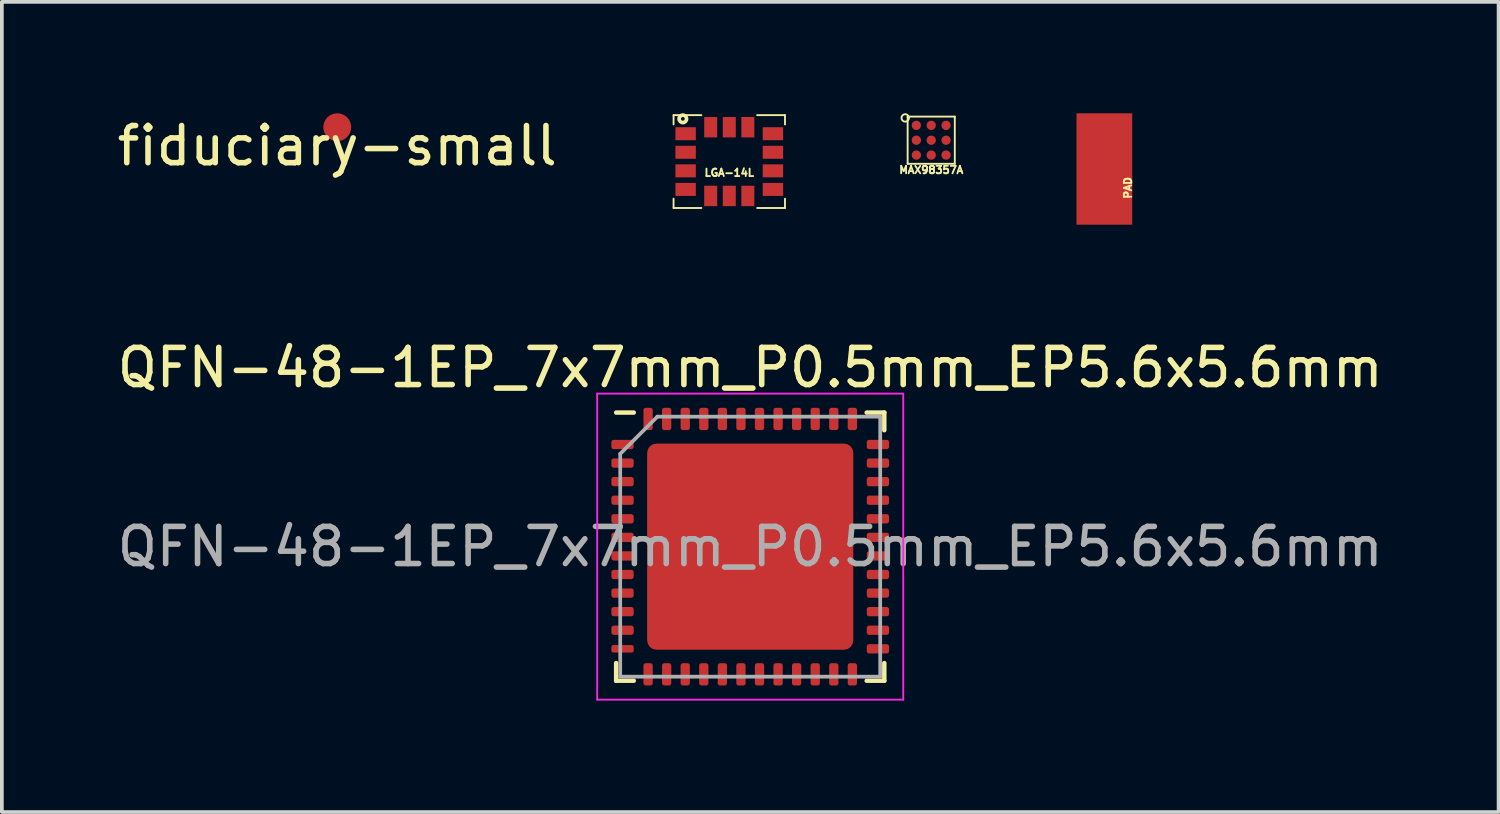
<source format=kicad_pcb>
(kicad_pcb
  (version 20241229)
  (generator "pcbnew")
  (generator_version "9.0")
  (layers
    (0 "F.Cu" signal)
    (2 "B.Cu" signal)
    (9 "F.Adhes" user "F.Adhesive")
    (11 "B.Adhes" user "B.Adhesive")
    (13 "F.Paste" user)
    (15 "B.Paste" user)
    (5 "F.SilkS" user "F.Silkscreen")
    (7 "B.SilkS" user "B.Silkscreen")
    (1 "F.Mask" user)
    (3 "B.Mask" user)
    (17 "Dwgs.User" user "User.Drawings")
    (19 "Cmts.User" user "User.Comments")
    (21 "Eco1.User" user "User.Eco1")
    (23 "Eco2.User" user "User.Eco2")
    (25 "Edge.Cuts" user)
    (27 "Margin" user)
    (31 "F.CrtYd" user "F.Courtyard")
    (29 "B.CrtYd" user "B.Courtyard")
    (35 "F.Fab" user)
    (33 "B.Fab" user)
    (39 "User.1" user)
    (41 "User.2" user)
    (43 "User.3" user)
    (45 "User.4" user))
  (footprint "PAD"
    (layer "F.Cu")
    (at 26.684 1.5)
    (property "Reference" "PAD" (at 0.635 0.508 90) (layer "F.SilkS") (effects (font (size 0.2 0.2) (thickness 0.05))))
    (attr through_hole)
    (pad "1" connect rect (at 0 0) (size 1.5 3) (layers "F.Cu" "F.Mask")))
  (footprint "QFN-48-1EP_7x7mm_P0.5mm_EP5.6x5.6mm"
    (layer "F.Cu")
    (at 17.149 11.668)
    (property "Reference" "QFN-48-1EP_7x7mm_P0.5mm_EP5.6x5.6mm" (at 0 -4.82 0) (layer "F.SilkS") (effects (font (size 1 1) (thickness 0.15))))
    (attr smd)
    (fp_line (start -3.61 3.61) (end -3.61 3.135) (stroke (width 0.12) (type solid)) (layer "F.SilkS"))
    (fp_line (start -3.135 -3.61) (end -3.61 -3.61) (stroke (width 0.12) (type solid)) (layer "F.SilkS"))
    (fp_line (start -3.135 3.61) (end -3.61 3.61) (stroke (width 0.12) (type solid)) (layer "F.SilkS"))
    (fp_line (start 3.135 -3.61) (end 3.61 -3.61) (stroke (width 0.12) (type solid)) (layer "F.SilkS"))
    (fp_line (start 3.135 3.61) (end 3.61 3.61) (stroke (width 0.12) (type solid)) (layer "F.SilkS"))
    (fp_line (start 3.61 -3.61) (end 3.61 -3.135) (stroke (width 0.12) (type solid)) (layer "F.SilkS"))
    (fp_line (start 3.61 3.61) (end 3.61 3.135) (stroke (width 0.12) (type solid)) (layer "F.SilkS"))
    (fp_line (start -4.12 -4.12) (end -4.12 4.12) (stroke (width 0.05) (type solid)) (layer "F.CrtYd"))
    (fp_line (start -4.12 4.12) (end 4.12 4.12) (stroke (width 0.05) (type solid)) (layer "F.CrtYd"))
    (fp_line (start 4.12 -4.12) (end -4.12 -4.12) (stroke (width 0.05) (type solid)) (layer "F.CrtYd"))
    (fp_line (start 4.12 4.12) (end 4.12 -4.12) (stroke (width 0.05) (type solid)) (layer "F.CrtYd"))
    (fp_line (start -3.5 -2.5) (end -2.5 -3.5) (stroke (width 0.1) (type solid)) (layer "F.Fab"))
    (fp_line (start -3.5 3.5) (end -3.5 -2.5) (stroke (width 0.1) (type solid)) (layer "F.Fab"))
    (fp_line (start -2.5 -3.5) (end 3.5 -3.5) (stroke (width 0.1) (type solid)) (layer "F.Fab"))
    (fp_line (start 3.5 -3.5) (end 3.5 3.5) (stroke (width 0.1) (type solid)) (layer "F.Fab"))
    (fp_line (start 3.5 3.5) (end -3.5 3.5) (stroke (width 0.1) (type solid)) (layer "F.Fab"))
    (fp_text user "${REFERENCE}" (at 0 0 0) (layer "F.Fab") (effects (font (size 1 1) (thickness 0.15))))
    (pad "" smd roundrect (at -2.1 -2.1) (size 1.13 1.13) (layers "F.Paste") (roundrect_rratio 0.221))
    (pad "" smd roundrect (at -2.1 -0.7) (size 1.13 1.13) (layers "F.Paste") (roundrect_rratio 0.221))
    (pad "" smd roundrect (at -2.1 0.7) (size 1.13 1.13) (layers "F.Paste") (roundrect_rratio 0.221))
    (pad "" smd roundrect (at -2.1 2.1) (size 1.13 1.13) (layers "F.Paste") (roundrect_rratio 0.221))
    (pad "" smd roundrect (at -0.7 -2.1) (size 1.13 1.13) (layers "F.Paste") (roundrect_rratio 0.221))
    (pad "" smd roundrect (at -0.7 -0.7) (size 1.13 1.13) (layers "F.Paste") (roundrect_rratio 0.221))
    (pad "" smd roundrect (at -0.7 0.7) (size 1.13 1.13) (layers "F.Paste") (roundrect_rratio 0.221))
    (pad "" smd roundrect (at -0.7 2.1) (size 1.13 1.13) (layers "F.Paste") (roundrect_rratio 0.221))
    (pad "" smd roundrect (at 0.7 -2.1) (size 1.13 1.13) (layers "F.Paste") (roundrect_rratio 0.221))
    (pad "" smd roundrect (at 0.7 -0.7) (size 1.13 1.13) (layers "F.Paste") (roundrect_rratio 0.221))
    (pad "" smd roundrect (at 0.7 0.7) (size 1.13 1.13) (layers "F.Paste") (roundrect_rratio 0.221))
    (pad "" smd roundrect (at 0.7 2.1) (size 1.13 1.13) (layers "F.Paste") (roundrect_rratio 0.221))
    (pad "" smd roundrect (at 2.1 -2.1) (size 1.13 1.13) (layers "F.Paste") (roundrect_rratio 0.221))
    (pad "" smd roundrect (at 2.1 -0.7) (size 1.13 1.13) (layers "F.Paste") (roundrect_rratio 0.221))
    (pad "" smd roundrect (at 2.1 0.7) (size 1.13 1.13) (layers "F.Paste") (roundrect_rratio 0.221))
    (pad "" smd roundrect (at 2.1 2.1) (size 1.13 1.13) (layers "F.Paste") (roundrect_rratio 0.221))
    (pad "1" smd roundrect (at -3.438 -2.75) (size 0.6 0.25) (layers "F.Cu" "F.Mask" "F.Paste") (roundrect_rratio 0.25))
    (pad "2" smd roundrect (at -3.438 -2.25) (size 0.6 0.25) (layers "F.Cu" "F.Mask" "F.Paste") (roundrect_rratio 0.25))
    (pad "3" smd roundrect (at -3.438 -1.75) (size 0.6 0.25) (layers "F.Cu" "F.Mask" "F.Paste") (roundrect_rratio 0.25))
    (pad "4" smd roundrect (at -3.438 -1.25) (size 0.6 0.25) (layers "F.Cu" "F.Mask" "F.Paste") (roundrect_rratio 0.25))
    (pad "5" smd roundrect (at -3.438 -0.75) (size 0.6 0.25) (layers "F.Cu" "F.Mask" "F.Paste") (roundrect_rratio 0.25))
    (pad "6" smd roundrect (at -3.438 -0.25) (size 0.6 0.25) (layers "F.Cu" "F.Mask" "F.Paste") (roundrect_rratio 0.25))
    (pad "7" smd roundrect (at -3.438 0.25) (size 0.6 0.25) (layers "F.Cu" "F.Mask" "F.Paste") (roundrect_rratio 0.25))
    (pad "8" smd roundrect (at -3.438 0.75) (size 0.6 0.25) (layers "F.Cu" "F.Mask" "F.Paste") (roundrect_rratio 0.25))
    (pad "9" smd roundrect (at -3.438 1.25) (size 0.6 0.25) (layers "F.Cu" "F.Mask" "F.Paste") (roundrect_rratio 0.25))
    (pad "10" smd roundrect (at -3.438 1.75) (size 0.6 0.25) (layers "F.Cu" "F.Mask" "F.Paste") (roundrect_rratio 0.25))
    (pad "11" smd roundrect (at -3.438 2.25) (size 0.6 0.25) (layers "F.Cu" "F.Mask" "F.Paste") (roundrect_rratio 0.25))
    (pad "12" smd roundrect (at -3.438 2.75) (size 0.6 0.2) (layers "F.Cu" "F.Mask" "F.Paste") (roundrect_rratio 0.25))
    (pad "13" smd roundrect (at -2.75 3.438) (size 0.25 0.6) (layers "F.Cu" "F.Mask" "F.Paste") (roundrect_rratio 0.25))
    (pad "14" smd roundrect (at -2.25 3.438) (size 0.25 0.6) (layers "F.Cu" "F.Mask" "F.Paste") (roundrect_rratio 0.25))
    (pad "15" smd roundrect (at -1.75 3.438) (size 0.25 0.6) (layers "F.Cu" "F.Mask" "F.Paste") (roundrect_rratio 0.25))
    (pad "16" smd roundrect (at -1.25 3.438) (size 0.25 0.6) (layers "F.Cu" "F.Mask" "F.Paste") (roundrect_rratio 0.25))
    (pad "17" smd roundrect (at -0.75 3.438) (size 0.25 0.6) (layers "F.Cu" "F.Mask" "F.Paste") (roundrect_rratio 0.25))
    (pad "18" smd roundrect (at -0.25 3.438) (size 0.25 0.6) (layers "F.Cu" "F.Mask" "F.Paste") (roundrect_rratio 0.25))
    (pad "19" smd roundrect (at 0.25 3.438) (size 0.25 0.6) (layers "F.Cu" "F.Mask" "F.Paste") (roundrect_rratio 0.25))
    (pad "20" smd roundrect (at 0.75 3.438) (size 0.25 0.6) (layers "F.Cu" "F.Mask" "F.Paste") (roundrect_rratio 0.25))
    (pad "21" smd roundrect (at 1.25 3.438) (size 0.25 0.6) (layers "F.Cu" "F.Mask" "F.Paste") (roundrect_rratio 0.25))
    (pad "22" smd roundrect (at 1.75 3.438) (size 0.25 0.6) (layers "F.Cu" "F.Mask" "F.Paste") (roundrect_rratio 0.25))
    (pad "23" smd roundrect (at 2.25 3.438) (size 0.25 0.6) (layers "F.Cu" "F.Mask" "F.Paste") (roundrect_rratio 0.25))
    (pad "24" smd roundrect (at 2.75 3.438) (size 0.25 0.6) (layers "F.Cu" "F.Mask" "F.Paste") (roundrect_rratio 0.25))
    (pad "25" smd roundrect (at 3.438 2.75) (size 0.6 0.25) (layers "F.Cu" "F.Mask" "F.Paste") (roundrect_rratio 0.25))
    (pad "26" smd roundrect (at 3.438 2.25) (size 0.6 0.25) (layers "F.Cu" "F.Mask" "F.Paste") (roundrect_rratio 0.25))
    (pad "27" smd roundrect (at 3.438 1.75) (size 0.6 0.25) (layers "F.Cu" "F.Mask" "F.Paste") (roundrect_rratio 0.25))
    (pad "28" smd roundrect (at 3.438 1.25) (size 0.6 0.25) (layers "F.Cu" "F.Mask" "F.Paste") (roundrect_rratio 0.25))
    (pad "29" smd roundrect (at 3.438 0.75) (size 0.6 0.25) (layers "F.Cu" "F.Mask" "F.Paste") (roundrect_rratio 0.25))
    (pad "30" smd roundrect (at 3.438 0.25) (size 0.6 0.25) (layers "F.Cu" "F.Mask" "F.Paste") (roundrect_rratio 0.25))
    (pad "31" smd roundrect (at 3.438 -0.25) (size 0.6 0.25) (layers "F.Cu" "F.Mask" "F.Paste") (roundrect_rratio 0.25))
    (pad "32" smd roundrect (at 3.438 -0.75) (size 0.6 0.25) (layers "F.Cu" "F.Mask" "F.Paste") (roundrect_rratio 0.25))
    (pad "33" smd roundrect (at 3.438 -1.25) (size 0.6 0.25) (layers "F.Cu" "F.Mask" "F.Paste") (roundrect_rratio 0.25))
    (pad "34" smd roundrect (at 3.438 -1.75) (size 0.6 0.25) (layers "F.Cu" "F.Mask" "F.Paste") (roundrect_rratio 0.25))
    (pad "35" smd roundrect (at 3.438 -2.25) (size 0.6 0.25) (layers "F.Cu" "F.Mask" "F.Paste") (roundrect_rratio 0.25))
    (pad "36" smd roundrect (at 3.438 -2.75) (size 0.6 0.25) (layers "F.Cu" "F.Mask" "F.Paste") (roundrect_rratio 0.25))
    (pad "37" smd roundrect (at 2.75 -3.438) (size 0.25 0.6) (layers "F.Cu" "F.Mask" "F.Paste") (roundrect_rratio 0.25))
    (pad "38" smd roundrect (at 2.25 -3.438) (size 0.25 0.6) (layers "F.Cu" "F.Mask" "F.Paste") (roundrect_rratio 0.25))
    (pad "39" smd roundrect (at 1.75 -3.438) (size 0.25 0.6) (layers "F.Cu" "F.Mask" "F.Paste") (roundrect_rratio 0.25))
    (pad "40" smd roundrect (at 1.25 -3.438) (size 0.25 0.6) (layers "F.Cu" "F.Mask" "F.Paste") (roundrect_rratio 0.25))
    (pad "41" smd roundrect (at 0.75 -3.438) (size 0.25 0.6) (layers "F.Cu" "F.Mask" "F.Paste") (roundrect_rratio 0.25))
    (pad "42" smd roundrect (at 0.25 -3.438) (size 0.25 0.6) (layers "F.Cu" "F.Mask" "F.Paste") (roundrect_rratio 0.25))
    (pad "43" smd roundrect (at -0.25 -3.438) (size 0.25 0.6) (layers "F.Cu" "F.Mask" "F.Paste") (roundrect_rratio 0.25))
    (pad "44" smd roundrect (at -0.75 -3.438) (size 0.25 0.6) (layers "F.Cu" "F.Mask" "F.Paste") (roundrect_rratio 0.25))
    (pad "45" smd roundrect (at -1.25 -3.438) (size 0.25 0.6) (layers "F.Cu" "F.Mask" "F.Paste") (roundrect_rratio 0.25))
    (pad "46" smd roundrect (at -1.75 -3.438) (size 0.25 0.6) (layers "F.Cu" "F.Mask" "F.Paste") (roundrect_rratio 0.25))
    (pad "47" smd roundrect (at -2.25 -3.438) (size 0.25 0.6) (layers "F.Cu" "F.Mask" "F.Paste") (roundrect_rratio 0.25))
    (pad "48" smd roundrect (at -2.75 -3.438) (size 0.25 0.6) (layers "F.Cu" "F.Mask" "F.Paste") (roundrect_rratio 0.25))
    (pad "49" smd roundrect (at 0 0) (size 5.55 5.55) (layers "F.Cu" "F.Mask") (roundrect_rratio 0.045)))
  (footprint "fiduciary-small"
    (layer "F.Cu")
    (at 6.03 0.375)
    (property "Reference" "fiduciary-small" (at 0 0.5 0) (layer "F.SilkS") (effects (font (size 1 1) (thickness 0.15))))
    (attr through_hole)
    (pad "~" smd circle (at 0 0) (size 0.75 0.75) (layers "F.Cu" "F.Mask")))
  (footprint "MAX98357A"
    (layer "F.Cu")
    (at 22.022 0.725)
    (property "Reference" "MAX98357A" (at 0 0.8 0) (layer "F.SilkS") (effects (font (size 0.2 0.2) (thickness 0.05))))
    (attr smd)
    (fp_line (start -0.635 -0.635) (end 0.635 -0.635) (stroke (width 0.05) (type solid)) (layer "F.SilkS"))
    (fp_line (start -0.635 0.635) (end -0.635 -0.635) (stroke (width 0.05) (type solid)) (layer "F.SilkS"))
    (fp_line (start 0.635 -0.635) (end 0.635 0.635) (stroke (width 0.05) (type solid)) (layer "F.SilkS"))
    (fp_line (start 0.635 0.635) (end -0.635 0.635) (stroke (width 0.05) (type solid)) (layer "F.SilkS"))
    (fp_circle (center -0.7 -0.6) (end -0.8 -0.6) (stroke (width 0.05) (type solid)) (fill no) (layer "F.SilkS"))
    (pad "A1" smd circle (at -0.4 -0.4) (size 0.25 0.25) (layers "F.Cu" "F.Mask" "F.Paste"))
    (pad "A2" smd circle (at 0 -0.4) (size 0.25 0.25) (layers "F.Cu" "F.Mask" "F.Paste"))
    (pad "A3" smd circle (at 0.4 -0.4) (size 0.25 0.25) (layers "F.Cu" "F.Mask" "F.Paste"))
    (pad "B1" smd circle (at -0.4 0) (size 0.25 0.25) (layers "F.Cu" "F.Mask" "F.Paste"))
    (pad "B2" smd circle (at 0 0) (size 0.25 0.25) (layers "F.Cu" "F.Mask" "F.Paste"))
    (pad "B3" smd circle (at 0.4 0) (size 0.25 0.25) (layers "F.Cu" "F.Mask" "F.Paste"))
    (pad "C1" smd circle (at -0.4 0.4) (size 0.25 0.25) (layers "F.Cu" "F.Mask" "F.Paste"))
    (pad "C2" smd circle (at 0 0.4) (size 0.25 0.25) (layers "F.Cu" "F.Mask" "F.Paste"))
    (pad "C3" smd circle (at 0.4 0.4) (size 0.25 0.25) (layers "F.Cu" "F.Mask" "F.Paste")))
  (footprint "LGA-14L"
    (layer "F.Cu")
    (at 16.585 1.3)
    (property "Reference" "LGA-14L" (at 0 0.3 0) (layer "F.SilkS") (effects (font (size 0.2 0.2) (thickness 0.05))))
    (attr smd)
    (fp_line (start -1.5 -1.25) (end -0.75 -1.25) (stroke (width 0.05) (type solid)) (layer "F.SilkS"))
    (fp_line (start -1.5 -1) (end -1.5 -1.25) (stroke (width 0.05) (type solid)) (layer "F.SilkS"))
    (fp_line (start -1.5 1.25) (end -1.5 1) (stroke (width 0.05) (type solid)) (layer "F.SilkS"))
    (fp_line (start -0.75 1.25) (end -1.5 1.25) (stroke (width 0.05) (type solid)) (layer "F.SilkS"))
    (fp_line (start 0.75 -1.25) (end 1.5 -1.25) (stroke (width 0.05) (type solid)) (layer "F.SilkS"))
    (fp_line (start 0.75 1.25) (end 1.5 1.25) (stroke (width 0.05) (type solid)) (layer "F.SilkS"))
    (fp_line (start 1.5 -1.25) (end 1.5 -1) (stroke (width 0.05) (type solid)) (layer "F.SilkS"))
    (fp_line (start 1.5 1.25) (end 1.5 1) (stroke (width 0.05) (type solid)) (layer "F.SilkS"))
    (fp_circle (center -1.25 -1.15) (end -1.15 -1.15) (stroke (width 0.1) (type solid)) (fill no) (layer "F.SilkS"))
    (pad "1" smd rect (at -1.175 -0.75) (size 0.55 0.35) (layers "F.Cu" "F.Mask" "F.Paste"))
    (pad "2" smd rect (at -1.175 -0.25) (size 0.55 0.35) (layers "F.Cu" "F.Mask" "F.Paste"))
    (pad "3" smd rect (at -1.175 0.25) (size 0.55 0.35) (layers "F.Cu" "F.Mask" "F.Paste"))
    (pad "4" smd rect (at -1.175 0.75) (size 0.55 0.35) (layers "F.Cu" "F.Mask" "F.Paste"))
    (pad "5" smd rect (at -0.5 0.925) (size 0.35 0.55) (layers "F.Cu" "F.Mask" "F.Paste"))
    (pad "6" smd rect (at 0 0.925) (size 0.35 0.55) (layers "F.Cu" "F.Mask" "F.Paste"))
    (pad "7" smd rect (at 0.5 0.925) (size 0.35 0.55) (layers "F.Cu" "F.Mask" "F.Paste"))
    (pad "8" smd rect (at 1.175 0.75) (size 0.55 0.35) (layers "F.Cu" "F.Mask" "F.Paste"))
    (pad "9" smd rect (at 1.175 0.25) (size 0.55 0.35) (layers "F.Cu" "F.Mask" "F.Paste"))
    (pad "10" smd rect (at 1.175 -0.25) (size 0.55 0.35) (layers "F.Cu" "F.Mask" "F.Paste"))
    (pad "11" smd rect (at 1.175 -0.75) (size 0.55 0.35) (layers "F.Cu" "F.Mask" "F.Paste"))
    (pad "12" smd rect (at 0.5 -0.925) (size 0.35 0.55) (layers "F.Cu" "F.Mask" "F.Paste"))
    (pad "13" smd rect (at 0 -0.925) (size 0.35 0.55) (layers "F.Cu" "F.Mask" "F.Paste"))
    (pad "14" smd rect (at -0.5 -0.925) (size 0.35 0.55) (layers "F.Cu" "F.Mask" "F.Paste")))
  (gr_rect
    (start -3 -3)
    (end 37.298 18.813)
    (stroke (width 0.1) (type default))
    (fill no)
    (layer "Edge.Cuts")))
</source>
